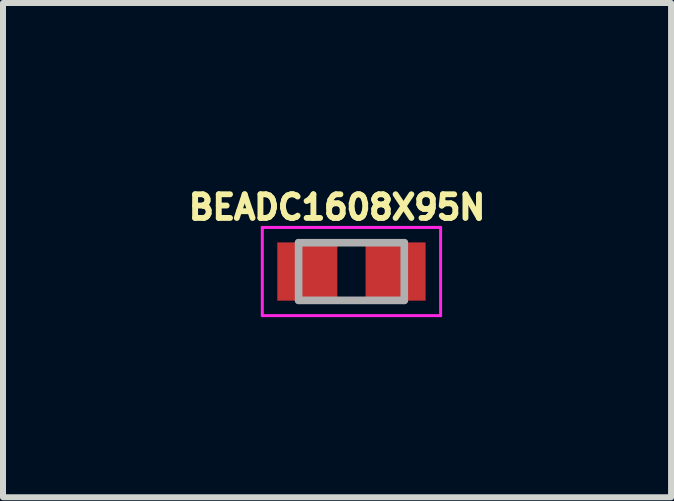
<source format=kicad_pcb>
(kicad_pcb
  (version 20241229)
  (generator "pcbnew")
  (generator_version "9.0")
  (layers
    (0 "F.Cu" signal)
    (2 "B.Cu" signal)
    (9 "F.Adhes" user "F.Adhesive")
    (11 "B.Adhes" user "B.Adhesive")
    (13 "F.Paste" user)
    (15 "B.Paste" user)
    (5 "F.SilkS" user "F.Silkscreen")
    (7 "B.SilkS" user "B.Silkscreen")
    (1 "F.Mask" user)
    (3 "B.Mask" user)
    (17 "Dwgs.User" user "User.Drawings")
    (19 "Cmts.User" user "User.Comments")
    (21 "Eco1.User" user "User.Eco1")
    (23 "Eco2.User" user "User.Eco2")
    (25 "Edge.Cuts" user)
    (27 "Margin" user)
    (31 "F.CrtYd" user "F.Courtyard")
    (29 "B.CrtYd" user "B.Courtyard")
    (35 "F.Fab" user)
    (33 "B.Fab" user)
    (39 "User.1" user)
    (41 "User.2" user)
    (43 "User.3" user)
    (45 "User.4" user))
  (footprint "BEADC1608X95N"
    (layer "F.Cu")
    (at 2.804 1.473)
    (property "Reference" "BEADC1608X95N" (at -0.24 -1.07 0) (layer "F.SilkS") (effects (font (size 0.394 0.394) (thickness 0.098))))
    (attr smd)
    (fp_line (start -1.485 -0.735) (end 1.485 -0.735) (stroke (width 0.05) (type solid)) (layer "F.CrtYd"))
    (fp_line (start -1.485 0.735) (end -1.485 -0.735) (stroke (width 0.05) (type solid)) (layer "F.CrtYd"))
    (fp_line (start -1.485 0.735) (end 1.485 0.735) (stroke (width 0.05) (type solid)) (layer "F.CrtYd"))
    (fp_line (start 1.485 0.735) (end 1.485 -0.735) (stroke (width 0.05) (type solid)) (layer "F.CrtYd"))
    (fp_line (start -0.88 0.48) (end -0.88 -0.48) (stroke (width 0.127) (type solid)) (layer "F.Fab"))
    (fp_line (start 0.88 -0.48) (end -0.88 -0.48) (stroke (width 0.127) (type solid)) (layer "F.Fab"))
    (fp_line (start 0.88 0.48) (end -0.88 0.48) (stroke (width 0.127) (type solid)) (layer "F.Fab"))
    (fp_line (start 0.88 0.48) (end 0.88 -0.48) (stroke (width 0.127) (type solid)) (layer "F.Fab"))
    (pad "1" smd rect (at -0.735 0) (size 1 0.97) (layers "F.Cu" "F.Mask" "F.Paste"))
    (pad "2" smd rect (at 0.735 0) (size 1 0.97) (layers "F.Cu" "F.Mask" "F.Paste")))
  (gr_rect
    (start -3 -3)
    (end 8.128 5.233)
    (stroke (width 0.1) (type default))
    (fill no)
    (layer "Edge.Cuts")))
</source>
